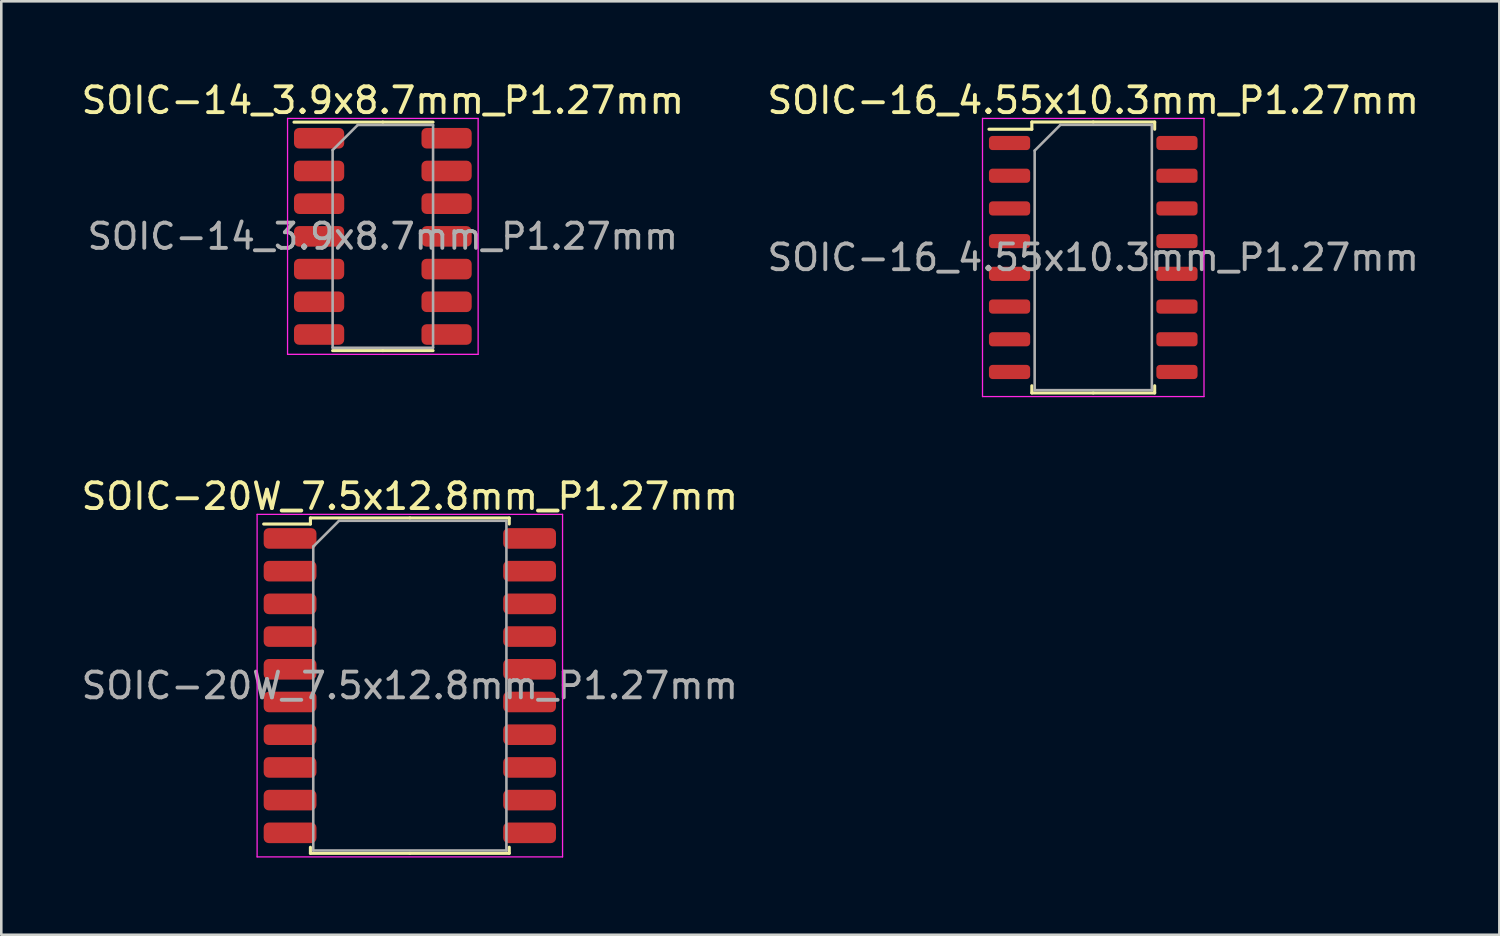
<source format=kicad_pcb>
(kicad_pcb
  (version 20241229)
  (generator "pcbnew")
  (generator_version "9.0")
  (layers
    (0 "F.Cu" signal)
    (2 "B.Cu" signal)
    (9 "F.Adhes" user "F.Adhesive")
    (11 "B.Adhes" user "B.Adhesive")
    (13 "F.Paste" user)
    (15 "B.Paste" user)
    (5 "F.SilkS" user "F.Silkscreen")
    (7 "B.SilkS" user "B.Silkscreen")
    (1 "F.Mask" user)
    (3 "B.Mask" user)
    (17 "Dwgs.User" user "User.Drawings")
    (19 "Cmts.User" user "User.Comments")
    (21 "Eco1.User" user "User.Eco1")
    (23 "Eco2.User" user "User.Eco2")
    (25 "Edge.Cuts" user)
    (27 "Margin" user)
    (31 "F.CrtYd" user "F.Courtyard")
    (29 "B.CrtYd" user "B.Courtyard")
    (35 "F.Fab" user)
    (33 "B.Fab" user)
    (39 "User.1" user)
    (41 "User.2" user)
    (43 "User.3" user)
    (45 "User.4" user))
  (footprint "SOIC-14_3.9x8.7mm_P1.27mm"
    (layer "F.Cu")
    (at 11.815 6.128)
    (property "Reference" "SOIC-14_3.9x8.7mm_P1.27mm" (at 0 -5.28 0) (layer "F.SilkS") (effects (font (size 1 1) (thickness 0.15))))
    (attr smd)
    (fp_line (start 0 -4.435) (end -3.45 -4.435) (stroke (width 0.12) (type solid)) (layer "F.SilkS"))
    (fp_line (start 0 -4.435) (end 1.95 -4.435) (stroke (width 0.12) (type solid)) (layer "F.SilkS"))
    (fp_line (start 0 4.435) (end -1.95 4.435) (stroke (width 0.12) (type solid)) (layer "F.SilkS"))
    (fp_line (start 0 4.435) (end 1.95 4.435) (stroke (width 0.12) (type solid)) (layer "F.SilkS"))
    (fp_line (start -3.7 -4.58) (end -3.7 4.58) (stroke (width 0.05) (type solid)) (layer "F.CrtYd"))
    (fp_line (start -3.7 4.58) (end 3.7 4.58) (stroke (width 0.05) (type solid)) (layer "F.CrtYd"))
    (fp_line (start 3.7 -4.58) (end -3.7 -4.58) (stroke (width 0.05) (type solid)) (layer "F.CrtYd"))
    (fp_line (start 3.7 4.58) (end 3.7 -4.58) (stroke (width 0.05) (type solid)) (layer "F.CrtYd"))
    (fp_line (start -1.95 -3.35) (end -0.975 -4.325) (stroke (width 0.1) (type solid)) (layer "F.Fab"))
    (fp_line (start -1.95 4.325) (end -1.95 -3.35) (stroke (width 0.1) (type solid)) (layer "F.Fab"))
    (fp_line (start -0.975 -4.325) (end 1.95 -4.325) (stroke (width 0.1) (type solid)) (layer "F.Fab"))
    (fp_line (start 1.95 -4.325) (end 1.95 4.325) (stroke (width 0.1) (type solid)) (layer "F.Fab"))
    (fp_line (start 1.95 4.325) (end -1.95 4.325) (stroke (width 0.1) (type solid)) (layer "F.Fab"))
    (fp_text user "${REFERENCE}" (at 0 0 0) (layer "F.Fab") (effects (font (size 0.98 0.98) (thickness 0.15))))
    (pad "1" smd roundrect (at -2.475 -3.81) (size 1.95 0.8) (layers "F.Cu" "F.Mask" "F.Paste") (roundrect_rratio 0.25))
    (pad "2" smd roundrect (at -2.475 -2.54) (size 1.95 0.8) (layers "F.Cu" "F.Mask" "F.Paste") (roundrect_rratio 0.25))
    (pad "3" smd roundrect (at -2.475 -1.27) (size 1.95 0.8) (layers "F.Cu" "F.Mask" "F.Paste") (roundrect_rratio 0.25))
    (pad "4" smd roundrect (at -2.475 0) (size 1.95 0.8) (layers "F.Cu" "F.Mask" "F.Paste") (roundrect_rratio 0.25))
    (pad "5" smd roundrect (at -2.475 1.27) (size 1.95 0.8) (layers "F.Cu" "F.Mask" "F.Paste") (roundrect_rratio 0.25))
    (pad "6" smd roundrect (at -2.475 2.54) (size 1.95 0.8) (layers "F.Cu" "F.Mask" "F.Paste") (roundrect_rratio 0.25))
    (pad "7" smd roundrect (at -2.475 3.81) (size 1.95 0.8) (layers "F.Cu" "F.Mask" "F.Paste") (roundrect_rratio 0.25))
    (pad "8" smd roundrect (at 2.475 3.81) (size 1.95 0.8) (layers "F.Cu" "F.Mask" "F.Paste") (roundrect_rratio 0.25))
    (pad "9" smd roundrect (at 2.475 2.54) (size 1.95 0.8) (layers "F.Cu" "F.Mask" "F.Paste") (roundrect_rratio 0.25))
    (pad "10" smd roundrect (at 2.475 1.27) (size 1.95 0.8) (layers "F.Cu" "F.Mask" "F.Paste") (roundrect_rratio 0.25))
    (pad "11" smd roundrect (at 2.475 0) (size 1.95 0.8) (layers "F.Cu" "F.Mask" "F.Paste") (roundrect_rratio 0.25))
    (pad "12" smd roundrect (at 2.475 -1.27) (size 1.95 0.8) (layers "F.Cu" "F.Mask" "F.Paste") (roundrect_rratio 0.25))
    (pad "13" smd roundrect (at 2.475 -2.54) (size 1.95 0.8) (layers "F.Cu" "F.Mask" "F.Paste") (roundrect_rratio 0.25))
    (pad "14" smd roundrect (at 2.475 -3.81) (size 1.95 0.8) (layers "F.Cu" "F.Mask" "F.Paste") (roundrect_rratio 0.25)))
  (footprint "SOIC-16_4.55x10.3mm_P1.27mm"
    (layer "F.Cu")
    (at 39.399 6.948)
    (property "Reference" "SOIC-16_4.55x10.3mm_P1.27mm" (at 0 -6.1 0) (layer "F.SilkS") (effects (font (size 1 1) (thickness 0.15))))
    (attr smd)
    (fp_line (start -2.385 -5.26) (end -2.385 -4.98) (stroke (width 0.12) (type solid)) (layer "F.SilkS"))
    (fp_line (start -2.385 -4.98) (end -4.05 -4.98) (stroke (width 0.12) (type solid)) (layer "F.SilkS"))
    (fp_line (start -2.385 5.26) (end -2.385 4.98) (stroke (width 0.12) (type solid)) (layer "F.SilkS"))
    (fp_line (start 0 -5.26) (end -2.385 -5.26) (stroke (width 0.12) (type solid)) (layer "F.SilkS"))
    (fp_line (start 0 -5.26) (end 2.385 -5.26) (stroke (width 0.12) (type solid)) (layer "F.SilkS"))
    (fp_line (start 0 5.26) (end -2.385 5.26) (stroke (width 0.12) (type solid)) (layer "F.SilkS"))
    (fp_line (start 0 5.26) (end 2.385 5.26) (stroke (width 0.12) (type solid)) (layer "F.SilkS"))
    (fp_line (start 2.385 -5.26) (end 2.385 -4.98) (stroke (width 0.12) (type solid)) (layer "F.SilkS"))
    (fp_line (start 2.385 5.26) (end 2.385 4.98) (stroke (width 0.12) (type solid)) (layer "F.SilkS"))
    (fp_line (start -4.3 -5.4) (end -4.3 5.4) (stroke (width 0.05) (type solid)) (layer "F.CrtYd"))
    (fp_line (start -4.3 5.4) (end 4.3 5.4) (stroke (width 0.05) (type solid)) (layer "F.CrtYd"))
    (fp_line (start 4.3 -5.4) (end -4.3 -5.4) (stroke (width 0.05) (type solid)) (layer "F.CrtYd"))
    (fp_line (start 4.3 5.4) (end 4.3 -5.4) (stroke (width 0.05) (type solid)) (layer "F.CrtYd"))
    (fp_line (start -2.275 -4.15) (end -1.275 -5.15) (stroke (width 0.1) (type solid)) (layer "F.Fab"))
    (fp_line (start -2.275 5.15) (end -2.275 -4.15) (stroke (width 0.1) (type solid)) (layer "F.Fab"))
    (fp_line (start -1.275 -5.15) (end 2.275 -5.15) (stroke (width 0.1) (type solid)) (layer "F.Fab"))
    (fp_line (start 2.275 -5.15) (end 2.275 5.15) (stroke (width 0.1) (type solid)) (layer "F.Fab"))
    (fp_line (start 2.275 5.15) (end -2.275 5.15) (stroke (width 0.1) (type solid)) (layer "F.Fab"))
    (fp_text user "${REFERENCE}" (at 0 0 0) (layer "F.Fab") (effects (font (size 1 1) (thickness 0.15))))
    (pad "1" smd roundrect (at -3.25 -4.445) (size 1.6 0.55) (layers "F.Cu" "F.Mask" "F.Paste") (roundrect_rratio 0.25))
    (pad "2" smd roundrect (at -3.25 -3.175) (size 1.6 0.55) (layers "F.Cu" "F.Mask" "F.Paste") (roundrect_rratio 0.25))
    (pad "3" smd roundrect (at -3.25 -1.905) (size 1.6 0.55) (layers "F.Cu" "F.Mask" "F.Paste") (roundrect_rratio 0.25))
    (pad "4" smd roundrect (at -3.25 -0.635) (size 1.6 0.55) (layers "F.Cu" "F.Mask" "F.Paste") (roundrect_rratio 0.25))
    (pad "5" smd roundrect (at -3.25 0.635) (size 1.6 0.55) (layers "F.Cu" "F.Mask" "F.Paste") (roundrect_rratio 0.25))
    (pad "6" smd roundrect (at -3.25 1.905) (size 1.6 0.55) (layers "F.Cu" "F.Mask" "F.Paste") (roundrect_rratio 0.25))
    (pad "7" smd roundrect (at -3.25 3.175) (size 1.6 0.55) (layers "F.Cu" "F.Mask" "F.Paste") (roundrect_rratio 0.25))
    (pad "8" smd roundrect (at -3.25 4.445) (size 1.6 0.55) (layers "F.Cu" "F.Mask" "F.Paste") (roundrect_rratio 0.25))
    (pad "9" smd roundrect (at 3.25 4.445) (size 1.6 0.55) (layers "F.Cu" "F.Mask" "F.Paste") (roundrect_rratio 0.25))
    (pad "10" smd roundrect (at 3.25 3.175) (size 1.6 0.55) (layers "F.Cu" "F.Mask" "F.Paste") (roundrect_rratio 0.25))
    (pad "11" smd roundrect (at 3.25 1.905) (size 1.6 0.55) (layers "F.Cu" "F.Mask" "F.Paste") (roundrect_rratio 0.25))
    (pad "12" smd roundrect (at 3.25 0.635) (size 1.6 0.55) (layers "F.Cu" "F.Mask" "F.Paste") (roundrect_rratio 0.25))
    (pad "13" smd roundrect (at 3.25 -0.635) (size 1.6 0.55) (layers "F.Cu" "F.Mask" "F.Paste") (roundrect_rratio 0.25))
    (pad "14" smd roundrect (at 3.25 -1.905) (size 1.6 0.55) (layers "F.Cu" "F.Mask" "F.Paste") (roundrect_rratio 0.25))
    (pad "15" smd roundrect (at 3.25 -3.175) (size 1.6 0.55) (layers "F.Cu" "F.Mask" "F.Paste") (roundrect_rratio 0.25))
    (pad "16" smd roundrect (at 3.25 -4.445) (size 1.6 0.55) (layers "F.Cu" "F.Mask" "F.Paste") (roundrect_rratio 0.25)))
  (footprint "SOIC-20W_7.5x12.8mm_P1.27mm"
    (layer "F.Cu")
    (at 12.863 23.572)
    (property "Reference" "SOIC-20W_7.5x12.8mm_P1.27mm" (at 0 -7.35 0) (layer "F.SilkS") (effects (font (size 1 1) (thickness 0.15))))
    (attr smd)
    (fp_line (start -3.86 -6.51) (end -3.86 -6.275) (stroke (width 0.12) (type solid)) (layer "F.SilkS"))
    (fp_line (start -3.86 -6.275) (end -5.675 -6.275) (stroke (width 0.12) (type solid)) (layer "F.SilkS"))
    (fp_line (start -3.86 6.51) (end -3.86 6.275) (stroke (width 0.12) (type solid)) (layer "F.SilkS"))
    (fp_line (start 0 -6.51) (end -3.86 -6.51) (stroke (width 0.12) (type solid)) (layer "F.SilkS"))
    (fp_line (start 0 -6.51) (end 3.86 -6.51) (stroke (width 0.12) (type solid)) (layer "F.SilkS"))
    (fp_line (start 0 6.51) (end -3.86 6.51) (stroke (width 0.12) (type solid)) (layer "F.SilkS"))
    (fp_line (start 0 6.51) (end 3.86 6.51) (stroke (width 0.12) (type solid)) (layer "F.SilkS"))
    (fp_line (start 3.86 -6.51) (end 3.86 -6.275) (stroke (width 0.12) (type solid)) (layer "F.SilkS"))
    (fp_line (start 3.86 6.51) (end 3.86 6.275) (stroke (width 0.12) (type solid)) (layer "F.SilkS"))
    (fp_line (start -5.93 -6.65) (end -5.93 6.65) (stroke (width 0.05) (type solid)) (layer "F.CrtYd"))
    (fp_line (start -5.93 6.65) (end 5.93 6.65) (stroke (width 0.05) (type solid)) (layer "F.CrtYd"))
    (fp_line (start 5.93 -6.65) (end -5.93 -6.65) (stroke (width 0.05) (type solid)) (layer "F.CrtYd"))
    (fp_line (start 5.93 6.65) (end 5.93 -6.65) (stroke (width 0.05) (type solid)) (layer "F.CrtYd"))
    (fp_line (start -3.75 -5.4) (end -2.75 -6.4) (stroke (width 0.1) (type solid)) (layer "F.Fab"))
    (fp_line (start -3.75 6.4) (end -3.75 -5.4) (stroke (width 0.1) (type solid)) (layer "F.Fab"))
    (fp_line (start -2.75 -6.4) (end 3.75 -6.4) (stroke (width 0.1) (type solid)) (layer "F.Fab"))
    (fp_line (start 3.75 -6.4) (end 3.75 6.4) (stroke (width 0.1) (type solid)) (layer "F.Fab"))
    (fp_line (start 3.75 6.4) (end -3.75 6.4) (stroke (width 0.1) (type solid)) (layer "F.Fab"))
    (fp_text user "${REFERENCE}" (at 0 0 0) (layer "F.Fab") (effects (font (size 1 1) (thickness 0.15))))
    (pad "1" smd roundrect (at -4.65 -5.715) (size 2.05 0.8) (layers "F.Cu" "F.Mask" "F.Paste") (roundrect_rratio 0.25))
    (pad "2" smd roundrect (at -4.65 -4.445) (size 2.05 0.8) (layers "F.Cu" "F.Mask" "F.Paste") (roundrect_rratio 0.25))
    (pad "3" smd roundrect (at -4.65 -3.175) (size 2.05 0.8) (layers "F.Cu" "F.Mask" "F.Paste") (roundrect_rratio 0.25))
    (pad "4" smd roundrect (at -4.65 -1.905) (size 2.05 0.8) (layers "F.Cu" "F.Mask" "F.Paste") (roundrect_rratio 0.25))
    (pad "5" smd roundrect (at -4.65 -0.635) (size 2.05 0.8) (layers "F.Cu" "F.Mask" "F.Paste") (roundrect_rratio 0.25))
    (pad "6" smd roundrect (at -4.65 0.635) (size 2.05 0.8) (layers "F.Cu" "F.Mask" "F.Paste") (roundrect_rratio 0.25))
    (pad "7" smd roundrect (at -4.65 1.905) (size 2.05 0.8) (layers "F.Cu" "F.Mask" "F.Paste") (roundrect_rratio 0.25))
    (pad "8" smd roundrect (at -4.65 3.175) (size 2.05 0.8) (layers "F.Cu" "F.Mask" "F.Paste") (roundrect_rratio 0.25))
    (pad "9" smd roundrect (at -4.65 4.445) (size 2.05 0.8) (layers "F.Cu" "F.Mask" "F.Paste") (roundrect_rratio 0.25))
    (pad "10" smd roundrect (at -4.65 5.715) (size 2.05 0.8) (layers "F.Cu" "F.Mask" "F.Paste") (roundrect_rratio 0.25))
    (pad "11" smd roundrect (at 4.65 5.715) (size 2.05 0.8) (layers "F.Cu" "F.Mask" "F.Paste") (roundrect_rratio 0.25))
    (pad "12" smd roundrect (at 4.65 4.445) (size 2.05 0.8) (layers "F.Cu" "F.Mask" "F.Paste") (roundrect_rratio 0.25))
    (pad "13" smd roundrect (at 4.65 3.175) (size 2.05 0.8) (layers "F.Cu" "F.Mask" "F.Paste") (roundrect_rratio 0.25))
    (pad "14" smd roundrect (at 4.65 1.905) (size 2.05 0.8) (layers "F.Cu" "F.Mask" "F.Paste") (roundrect_rratio 0.25))
    (pad "15" smd roundrect (at 4.65 0.635) (size 2.05 0.8) (layers "F.Cu" "F.Mask" "F.Paste") (roundrect_rratio 0.25))
    (pad "16" smd roundrect (at 4.65 -0.635) (size 2.05 0.8) (layers "F.Cu" "F.Mask" "F.Paste") (roundrect_rratio 0.25))
    (pad "17" smd roundrect (at 4.65 -1.905) (size 2.05 0.8) (layers "F.Cu" "F.Mask" "F.Paste") (roundrect_rratio 0.25))
    (pad "18" smd roundrect (at 4.65 -3.175) (size 2.05 0.8) (layers "F.Cu" "F.Mask" "F.Paste") (roundrect_rratio 0.25))
    (pad "19" smd roundrect (at 4.65 -4.445) (size 2.05 0.8) (layers "F.Cu" "F.Mask" "F.Paste") (roundrect_rratio 0.25))
    (pad "20" smd roundrect (at 4.65 -5.715) (size 2.05 0.8) (layers "F.Cu" "F.Mask" "F.Paste") (roundrect_rratio 0.25)))
  (gr_rect
    (start -3 -3)
    (end 55.167 33.246)
    (stroke (width 0.1) (type default))
    (fill no)
    (layer "Edge.Cuts")))
</source>
